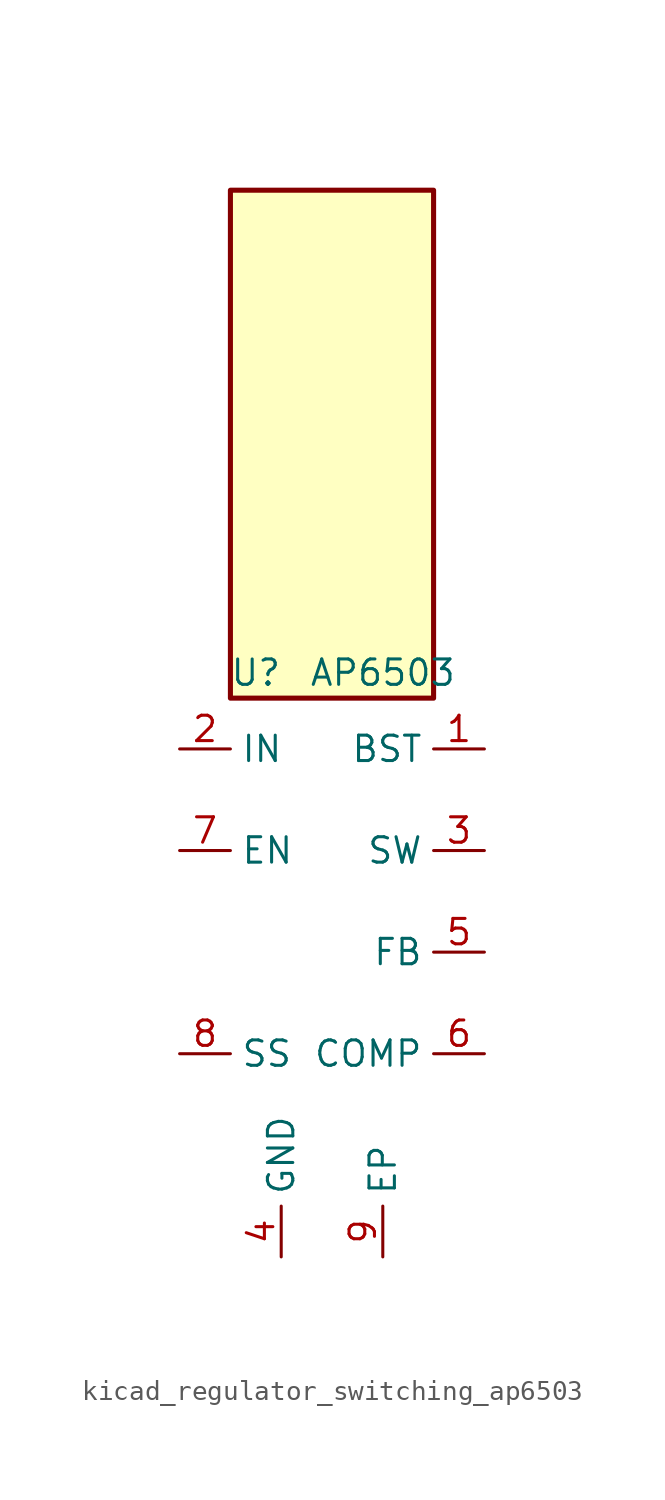
<source format=kicad_sym>
(kicad_symbol_lib
  (version 20220914)
  (generator kicad_symbol_editor)
  (symbol "kicad_regulator_switching_ap6503"
    (property "Reference" "U"
      (at -3.81 13.97 0)
      (effects (font (size 1.27 1.27))))
    (property "Value" "AP6503"
      (at 2.54 13.97 0)
      (effects (font (size 1.27 1.27))))
    (symbol "kicad_regulator_switching_ap6503_0_1"
      (rectangle (start 5.08 38.1) (end -5.08 12.7) (stroke (width 0.254) (type default)) (fill (type background))))
    (symbol "kicad_regulator_switching_ap6503_1_1"
      (pin output line (at 7.62 10.16 180) (length 2.54) (name "BST" (effects (font (size 1.27 1.27)))) (number "1" (effects (font (size 1.27 1.27)))))
      (pin power_in line (at -7.62 10.16 0) (length 2.54) (name "IN" (effects (font (size 1.27 1.27)))) (number "2" (effects (font (size 1.27 1.27)))))
      (pin power_out line (at 7.62 5.08 180) (length 2.54) (name "SW" (effects (font (size 1.27 1.27)))) (number "3" (effects (font (size 1.27 1.27)))))
      (pin power_in line (at -2.54 -15.24 90) (length 2.54) (name "GND" (effects (font (size 1.27 1.27)))) (number "4" (effects (font (size 1.27 1.27)))))
      (pin input line (at 7.62 0 180) (length 2.54) (name "FB" (effects (font (size 1.27 1.27)))) (number "5" (effects (font (size 1.27 1.27)))))
      (pin output line (at 7.62 -5.08 180) (length 2.54) (name "COMP" (effects (font (size 1.27 1.27)))) (number "6" (effects (font (size 1.27 1.27)))))
      (pin input line (at -7.62 5.08 0) (length 2.54) (name "EN" (effects (font (size 1.27 1.27)))) (number "7" (effects (font (size 1.27 1.27)))))
      (pin tri_state line (at -7.62 -5.08 0) (length 2.54) (name "SS" (effects (font (size 1.27 1.27)))) (number "8" (effects (font (size 1.27 1.27)))))
      (pin power_in line (at 2.54 -15.24 90) (length 2.54) (name "EP" (effects (font (size 1.27 1.27)))) (number "9" (effects (font (size 1.27 1.27))))))))
</source>
